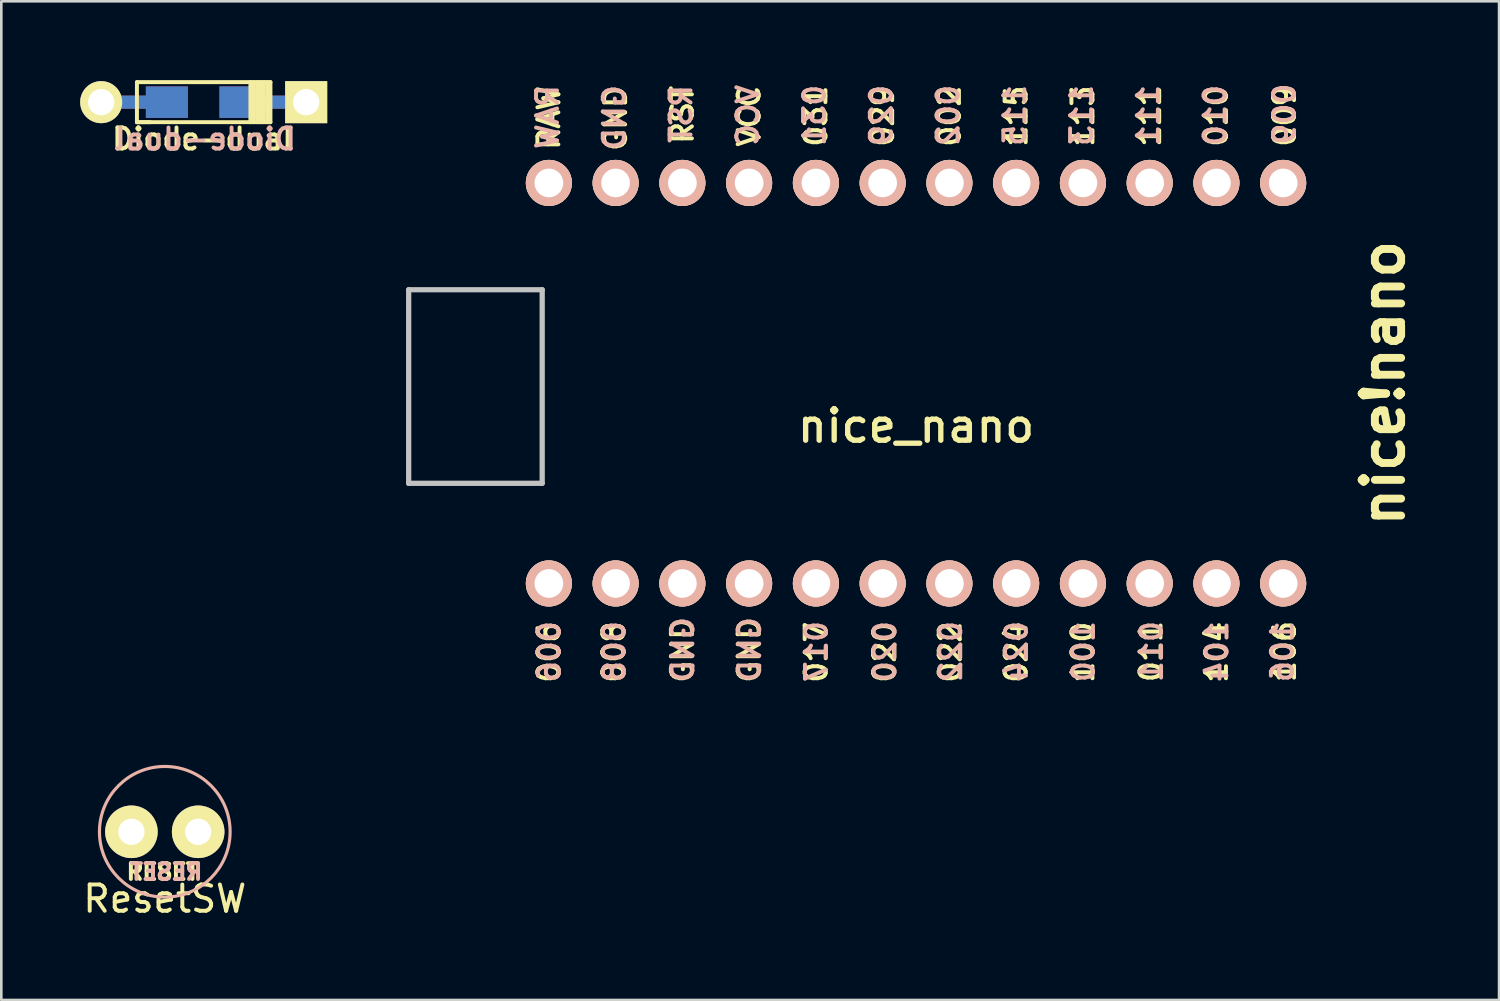
<source format=kicad_pcb>
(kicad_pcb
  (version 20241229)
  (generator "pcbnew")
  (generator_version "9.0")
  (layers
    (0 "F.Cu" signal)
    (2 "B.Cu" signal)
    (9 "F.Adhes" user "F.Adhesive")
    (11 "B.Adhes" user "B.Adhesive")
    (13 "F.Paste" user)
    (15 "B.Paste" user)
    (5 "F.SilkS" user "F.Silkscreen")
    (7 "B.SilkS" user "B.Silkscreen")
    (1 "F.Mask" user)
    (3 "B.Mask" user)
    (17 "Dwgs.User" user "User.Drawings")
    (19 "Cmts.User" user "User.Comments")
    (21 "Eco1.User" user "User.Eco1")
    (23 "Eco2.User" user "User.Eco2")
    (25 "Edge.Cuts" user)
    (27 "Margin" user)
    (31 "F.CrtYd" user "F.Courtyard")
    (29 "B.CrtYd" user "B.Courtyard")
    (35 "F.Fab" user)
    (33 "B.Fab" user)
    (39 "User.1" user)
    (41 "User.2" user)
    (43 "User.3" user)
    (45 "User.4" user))
  (footprint "nice_nano"
    (layer "F.Cu")
    (at 31.804 11.53)
    (property "Reference" "nice_nano" (at 0 1.625 180) (layer "F.SilkS") (effects (font (size 1.2 1.2) (thickness 0.203))))
    (attr through_hole)
    (fp_line (start -19.304 -3.556) (end -14.224 -3.556) (stroke (width 0.2) (type solid)) (layer "Dwgs.User"))
    (fp_line (start -19.304 3.81) (end -19.304 -3.556) (stroke (width 0.2) (type solid)) (layer "Dwgs.User"))
    (fp_line (start -14.224 -3.556) (end -14.224 3.81) (stroke (width 0.2) (type solid)) (layer "Dwgs.User"))
    (fp_line (start -14.224 3.81) (end -19.304 3.81) (stroke (width 0.2) (type solid)) (layer "Dwgs.User"))
    (fp_text user "GND" (at -6.35 10.16 270) (layer "F.SilkS") (effects (font (size 0.8 0.8) (thickness 0.15))))
    (fp_text user "RAW" (at -13.97 -10.097 270) (layer "F.SilkS") (effects (font (size 0.8 0.8) (thickness 0.15))))
    (fp_text user "113" (at 6.35 -10.16 270) (layer "F.SilkS") (effects (font (size 0.8 0.8) (thickness 0.15))))
    (fp_text user "GND" (at -11.43 -10.077 270) (layer "F.SilkS") (effects (font (size 0.8 0.8) (thickness 0.15))))
    (fp_text user "008" (at -11.5 10.236 270) (layer "F.SilkS") (effects (font (size 0.8 0.8) (thickness 0.15))))
    (fp_text user "017" (at -3.8 10.236 270) (layer "F.SilkS") (effects (font (size 0.8 0.8) (thickness 0.15))))
    (fp_text user "002" (at 1.27 -10.16 270) (layer "F.SilkS") (effects (font (size 0.8 0.8) (thickness 0.15))))
    (fp_text user "nice!nano" (at 17.78 0 270) (layer "F.SilkS") (effects (font (size 1.5 1.5) (thickness 0.3))))
    (fp_text user "009" (at 14.021 -10.16 270) (layer "F.SilkS") (effects (font (size 0.8 0.8) (thickness 0.15))))
    (fp_text user "104" (at 11.43 10.236 270) (layer "F.SilkS") (effects (font (size 0.8 0.8) (thickness 0.15))))
    (fp_text user "106" (at 14.021 10.211 270) (layer "F.SilkS") (effects (font (size 0.8 0.8) (thickness 0.15))))
    (fp_text user "020" (at -1.2 10.236 270) (layer "F.SilkS") (effects (font (size 0.8 0.8) (thickness 0.15))))
    (fp_text user "115" (at 3.81 -10.16 270) (layer "F.SilkS") (effects (font (size 0.8 0.8) (thickness 0.15))))
    (fp_text user "006" (at -13.97 10.236 270) (layer "F.SilkS") (effects (font (size 0.8 0.8) (thickness 0.15))))
    (fp_text user "VCC" (at -6.35 -10.16 270) (layer "F.SilkS") (effects (font (size 0.8 0.8) (thickness 0.15))))
    (fp_text user "031" (at -3.81 -10.16 270) (layer "F.SilkS") (effects (font (size 0.8 0.8) (thickness 0.15))))
    (fp_text user "RST" (at -8.89 -10.211 270) (layer "F.SilkS") (effects (font (size 0.8 0.8) (thickness 0.15))))
    (fp_text user "024" (at 3.81 10.236 270) (layer "F.SilkS") (effects (font (size 0.8 0.8) (thickness 0.15))))
    (fp_text user "100" (at 6.35 10.236 270) (layer "F.SilkS") (effects (font (size 0.8 0.8) (thickness 0.15))))
    (fp_text user "010" (at 11.43 -10.16 270) (layer "F.SilkS") (effects (font (size 0.8 0.8) (thickness 0.15))))
    (fp_text user "111" (at 8.89 -10.16 270) (layer "F.SilkS") (effects (font (size 0.8 0.8) (thickness 0.15))))
    (fp_text user "022" (at 1.3 10.236 270) (layer "F.SilkS") (effects (font (size 0.8 0.8) (thickness 0.15))))
    (fp_text user "029" (at -1.27 -10.16 270) (layer "F.SilkS") (effects (font (size 0.8 0.8) (thickness 0.15))))
    (fp_text user "011" (at 8.941 10.211 270) (layer "F.SilkS") (effects (font (size 0.8 0.8) (thickness 0.15))))
    (fp_text user "GND" (at -8.89 10.16 270) (layer "F.SilkS") (effects (font (size 0.8 0.8) (thickness 0.15))))
    (fp_text user "022" (at 1.321 10.211 270) (layer "B.SilkS") (effects (font (size 0.8 0.8) (thickness 0.15)) (justify mirror)))
    (fp_text user "RST" (at -8.941 -10.243 270) (layer "B.SilkS") (effects (font (size 0.8 0.8) (thickness 0.15)) (justify mirror)))
    (fp_text user "113" (at 6.299 -10.192 270) (layer "B.SilkS") (effects (font (size 0.8 0.8) (thickness 0.15)) (justify mirror)))
    (fp_text user "111" (at 8.839 -10.192 270) (layer "B.SilkS") (effects (font (size 0.8 0.8) (thickness 0.15)) (justify mirror)))
    (fp_text user "GND" (at -6.329 10.135 270) (layer "B.SilkS") (effects (font (size 0.8 0.8) (thickness 0.15)) (justify mirror)))
    (fp_text user "011" (at 8.962 10.211 270) (layer "B.SilkS") (effects (font (size 0.8 0.8) (thickness 0.15)) (justify mirror)))
    (fp_text user "115" (at 3.759 -10.192 270) (layer "B.SilkS") (effects (font (size 0.8 0.8) (thickness 0.15)) (justify mirror)))
    (fp_text user "029" (at -1.321 -10.192 270) (layer "B.SilkS") (effects (font (size 0.8 0.8) (thickness 0.15)) (justify mirror)))
    (fp_text user "002" (at 1.219 -10.192 270) (layer "B.SilkS") (effects (font (size 0.8 0.8) (thickness 0.15)) (justify mirror)))
    (fp_text user "RAW" (at -14.021 -10.128 270) (layer "B.SilkS") (effects (font (size 0.8 0.8) (thickness 0.15)) (justify mirror)))
    (fp_text user "008" (at -11.479 10.211 270) (layer "B.SilkS") (effects (font (size 0.8 0.8) (thickness 0.15)) (justify mirror)))
    (fp_text user "009" (at 14.021 -10.243 270) (layer "B.SilkS") (effects (font (size 0.8 0.8) (thickness 0.15)) (justify mirror)))
    (fp_text user "106" (at 13.94 10.211 270) (layer "B.SilkS") (effects (font (size 0.8 0.8) (thickness 0.15)) (justify mirror)))
    (fp_text user "006" (at -13.949 10.211 270) (layer "B.SilkS") (effects (font (size 0.8 0.8) (thickness 0.15)) (justify mirror)))
    (fp_text user "GND" (at -8.869 10.135 270) (layer "B.SilkS") (effects (font (size 0.8 0.8) (thickness 0.15)) (justify mirror)))
    (fp_text user "GND" (at -11.481 -10.109 270) (layer "B.SilkS") (effects (font (size 0.8 0.8) (thickness 0.15)) (justify mirror)))
    (fp_text user "017" (at -3.789 10.211 270) (layer "B.SilkS") (effects (font (size 0.8 0.8) (thickness 0.15)) (justify mirror)))
    (fp_text user "024" (at 3.821 10.211 270) (layer "B.SilkS") (effects (font (size 0.8 0.8) (thickness 0.15)) (justify mirror)))
    (fp_text user "020" (at -1.179 10.211 270) (layer "B.SilkS") (effects (font (size 0.8 0.8) (thickness 0.15)) (justify mirror)))
    (fp_text user "010" (at 11.379 -10.192 270) (layer "B.SilkS") (effects (font (size 0.8 0.8) (thickness 0.15)) (justify mirror)))
    (fp_text user "031" (at -3.861 -10.192 270) (layer "B.SilkS") (effects (font (size 0.8 0.8) (thickness 0.15)) (justify mirror)))
    (fp_text user "VCC" (at -6.401 -10.192 270) (layer "B.SilkS") (effects (font (size 0.8 0.8) (thickness 0.15)) (justify mirror)))
    (fp_text user "104" (at 11.451 10.211 270) (layer "B.SilkS") (effects (font (size 0.8 0.8) (thickness 0.15)) (justify mirror)))
    (fp_text user "100" (at 6.371 10.211 270) (layer "B.SilkS") (effects (font (size 0.8 0.8) (thickness 0.15)) (justify mirror)))
    (pad "1" thru_hole circle (at -13.97 7.62) (size 1.753 1.753) (drill 1.092) (layers "*.Cu" "*.SilkS" "*.Mask"))
    (pad "2" thru_hole circle (at -11.43 7.62) (size 1.753 1.753) (drill 1.092) (layers "*.Cu" "*.SilkS" "*.Mask"))
    (pad "3" thru_hole circle (at -8.89 7.62) (size 1.753 1.753) (drill 1.092) (layers "*.Cu" "*.SilkS" "*.Mask"))
    (pad "4" thru_hole circle (at -6.35 7.62) (size 1.753 1.753) (drill 1.092) (layers "*.Cu" "*.SilkS" "*.Mask"))
    (pad "5" thru_hole circle (at -3.81 7.62) (size 1.753 1.753) (drill 1.092) (layers "*.Cu" "*.SilkS" "*.Mask"))
    (pad "6" thru_hole circle (at -1.27 7.62) (size 1.753 1.753) (drill 1.092) (layers "*.Cu" "*.SilkS" "*.Mask"))
    (pad "7" thru_hole circle (at 1.27 7.62) (size 1.753 1.753) (drill 1.092) (layers "*.Cu" "*.SilkS" "*.Mask"))
    (pad "8" thru_hole circle (at 3.81 7.62) (size 1.753 1.753) (drill 1.092) (layers "*.Cu" "*.SilkS" "*.Mask"))
    (pad "9" thru_hole circle (at 6.35 7.62) (size 1.753 1.753) (drill 1.092) (layers "*.Cu" "*.SilkS" "*.Mask"))
    (pad "10" thru_hole circle (at 8.89 7.62) (size 1.753 1.753) (drill 1.092) (layers "*.Cu" "*.SilkS" "*.Mask"))
    (pad "11" thru_hole circle (at 11.43 7.62) (size 1.753 1.753) (drill 1.092) (layers "*.Cu" "*.SilkS" "*.Mask"))
    (pad "12" thru_hole circle (at 13.97 7.62) (size 1.753 1.753) (drill 1.092) (layers "*.Cu" "*.SilkS" "*.Mask"))
    (pad "13" thru_hole circle (at 13.97 -7.62) (size 1.753 1.753) (drill 1.092) (layers "*.Cu" "*.SilkS" "*.Mask"))
    (pad "14" thru_hole circle (at 11.43 -7.62) (size 1.753 1.753) (drill 1.092) (layers "*.Cu" "*.SilkS" "*.Mask"))
    (pad "15" thru_hole circle (at 8.89 -7.62) (size 1.753 1.753) (drill 1.092) (layers "*.Cu" "*.SilkS" "*.Mask"))
    (pad "16" thru_hole circle (at 6.35 -7.62) (size 1.753 1.753) (drill 1.092) (layers "*.Cu" "*.SilkS" "*.Mask"))
    (pad "17" thru_hole circle (at 3.81 -7.62) (size 1.753 1.753) (drill 1.092) (layers "*.Cu" "*.SilkS" "*.Mask"))
    (pad "18" thru_hole circle (at 1.27 -7.62) (size 1.753 1.753) (drill 1.092) (layers "*.Cu" "*.SilkS" "*.Mask"))
    (pad "19" thru_hole circle (at -1.27 -7.62) (size 1.753 1.753) (drill 1.092) (layers "*.Cu" "*.SilkS" "*.Mask"))
    (pad "20" thru_hole circle (at -3.81 -7.62) (size 1.753 1.753) (drill 1.092) (layers "*.Cu" "*.SilkS" "*.Mask"))
    (pad "21" thru_hole circle (at -6.35 -7.62) (size 1.753 1.753) (drill 1.092) (layers "*.Cu" "*.SilkS" "*.Mask"))
    (pad "22" thru_hole circle (at -8.89 -7.62) (size 1.753 1.753) (drill 1.092) (layers "*.Cu" "*.SilkS" "*.Mask"))
    (pad "23" thru_hole circle (at -11.43 -7.62) (size 1.753 1.753) (drill 1.092) (layers "*.Cu" "*.SilkS" "*.Mask"))
    (pad "24" thru_hole circle (at -13.97 -7.62) (size 1.753 1.753) (drill 1.092) (layers "*.Cu" "*.SilkS" "*.Mask")))
  (footprint "ResetSW"
    (layer "F.Cu")
    (at 3.22 28.599)
    (property "Reference" "ResetSW" (at 0 2.55 0) (layer "F.SilkS") (effects (font (size 1 1) (thickness 0.15))))
    (attr through_hole)
    (fp_circle (center 0 0) (end 1.88 1.626) (stroke (width 0.12) (type solid)) (fill no) (layer "B.SilkS"))
    (fp_text user "RESET" (at -0.076 1.524 0) (layer "F.SilkS") (effects (font (size 0.6 0.6) (thickness 0.15))))
    (fp_text user "RESET" (at 0.051 1.524 0) (layer "B.SilkS") (effects (font (size 0.6 0.6) (thickness 0.15)) (justify mirror)))
    (pad "1" thru_hole circle (at 1.27 0) (size 2 2) (drill 1) (layers "*.Cu" "*.Mask" "F.SilkS"))
    (pad "2" thru_hole circle (at -1.27 0) (size 2 2) (drill 1) (layers "*.Cu" "*.Mask" "F.SilkS")))
  (footprint "Diode-dual"
    (layer "F.Cu")
    (at 4.7 0.837)
    (property "Reference" "Diode-dual" (at -0.025 1.4 0) (layer "F.SilkS") (effects (font (size 0.8 0.8) (thickness 0.15))))
    (attr through_hole)
    (fp_line (start -2.54 -0.762) (end -2.54 0.762) (stroke (width 0.15) (type solid)) (layer "F.SilkS"))
    (fp_line (start -2.54 0.762) (end -2.032 0.762) (stroke (width 0.15) (type solid)) (layer "F.SilkS"))
    (fp_line (start -2.54 0.762) (end 2.54 0.762) (stroke (width 0.15) (type solid)) (layer "F.SilkS"))
    (fp_line (start 1.778 0.762) (end 1.778 -0.762) (stroke (width 0.15) (type solid)) (layer "F.SilkS"))
    (fp_line (start 1.905 0.762) (end 1.905 -0.762) (stroke (width 0.15) (type solid)) (layer "F.SilkS"))
    (fp_line (start 2.032 -0.762) (end 2.032 0.762) (stroke (width 0.15) (type solid)) (layer "F.SilkS"))
    (fp_line (start 2.159 0.762) (end 2.159 -0.762) (stroke (width 0.15) (type solid)) (layer "F.SilkS"))
    (fp_line (start 2.286 -0.762) (end 2.286 0.762) (stroke (width 0.15) (type solid)) (layer "F.SilkS"))
    (fp_line (start 2.413 0.762) (end 2.413 -0.762) (stroke (width 0.15) (type solid)) (layer "F.SilkS"))
    (fp_line (start 2.54 -0.762) (end -2.54 -0.762) (stroke (width 0.15) (type solid)) (layer "F.SilkS"))
    (fp_line (start 2.54 0.762) (end 2.54 -0.762) (stroke (width 0.15) (type solid)) (layer "F.SilkS"))
    (fp_text user "${REFERENCE}" (at 0.051 1.402 0) (layer "B.SilkS") (effects (font (size 0.8 0.8) (thickness 0.15)) (justify mirror)))
    (pad "1" smd rect (at 1.4 0) (size 1.6 1.2) (layers "F.Cu" "F.Mask" "F.Paste"))
    (pad "1" smd rect (at 1.4 0) (size 1.6 1.2) (layers "B.Cu" "B.Mask" "B.Paste"))
    (pad "1" smd rect (at 2.5 0) (size 2.9 0.5) (layers "F.Cu"))
    (pad "1" smd rect (at 2.5 0) (size 2.9 0.5) (layers "B.Cu"))
    (pad "1" thru_hole rect (at 3.9 0) (size 1.6 1.6) (drill 1) (layers "*.Cu" "*.Mask" "F.SilkS"))
    (pad "2" thru_hole circle (at -3.9 0) (size 1.6 1.6) (drill 1) (layers "*.Cu" "*.Mask" "F.SilkS"))
    (pad "2" smd rect (at -2.5 0) (size 2.9 0.5) (layers "F.Cu"))
    (pad "2" smd rect (at -2.5 0) (size 2.9 0.5) (layers "B.Cu"))
    (pad "2" smd rect (at -1.4 0) (size 1.6 1.2) (layers "F.Cu" "F.Mask" "F.Paste"))
    (pad "2" smd rect (at -1.4 0) (size 1.6 1.2) (layers "B.Cu" "B.Mask" "B.Paste")))
  (gr_rect
    (start -3 -3)
    (end 53.988 34.998)
    (stroke (width 0.1) (type default))
    (fill no)
    (layer "Edge.Cuts")))
</source>
